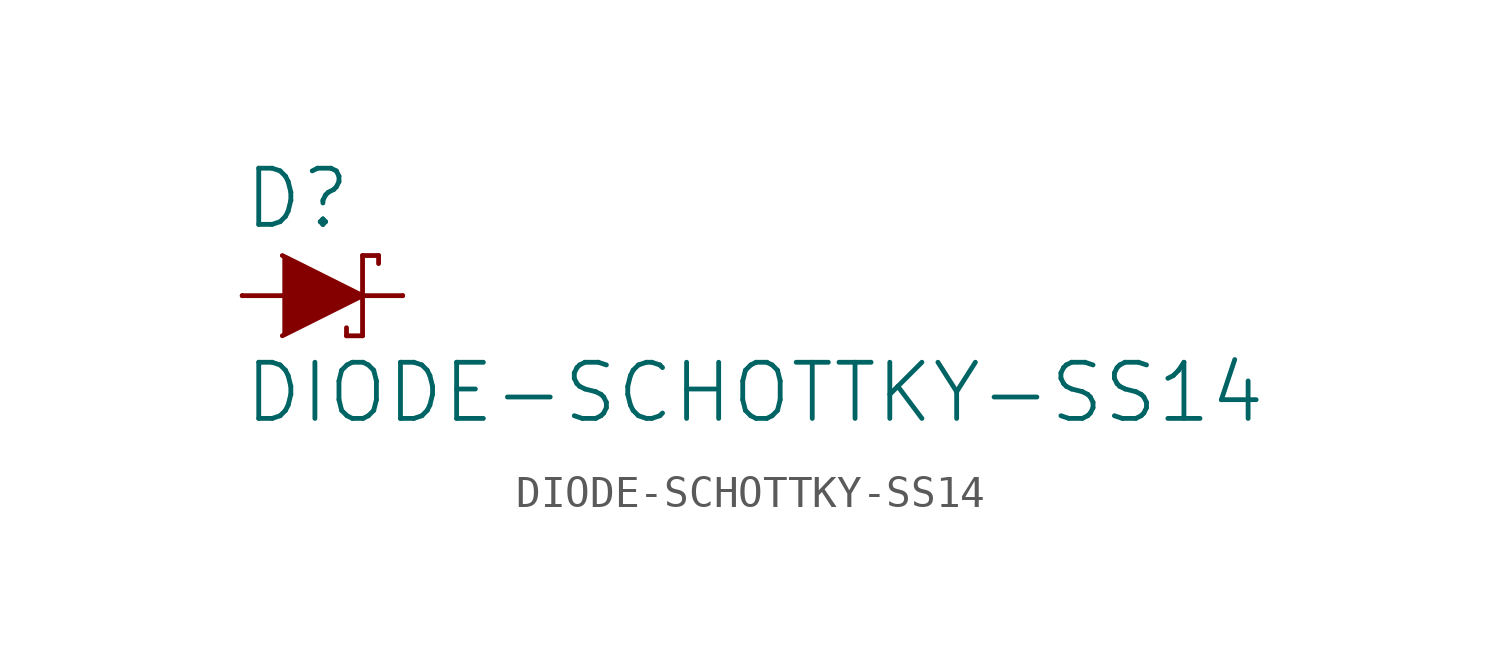
<source format=kicad_sym>
(kicad_symbol_lib
  (version 20211014)
  (generator kicad_symbol_editor)
  (symbol "DIODE-SCHOTTKY-SS14"
    (property "Reference" "D"
      (at -2.54 2.032 0)
      (effects (font (size 1.778 1.778)) (justify left bottom)))
    (property "Value" "DIODE-SCHOTTKY-SS14"
      (at -2.54 -2.032 0)
      (effects (font (size 1.778 1.778)) (justify left top)))
    (property "ki_locked" ""
      (at 0 0 0)
      (effects (font (size 1.27 1.27))))
    (symbol "DIODE-SCHOTTKY-SS14_1_0"
      (polyline (pts (xy -2.54 0) (xy -1.27 0)) (stroke (width 0.152) (type default) (color 0 0 0 0)) (fill (type none)))
      (polyline (pts (xy 0.762 -1.27) (xy 0.762 -1.016)) (stroke (width 0.152) (type default) (color 0 0 0 0)) (fill (type none)))
      (polyline (pts (xy 1.27 -1.27) (xy 0.762 -1.27)) (stroke (width 0.152) (type default) (color 0 0 0 0)) (fill (type none)))
      (polyline (pts (xy 1.27 0) (xy 1.27 -1.27)) (stroke (width 0.152) (type default) (color 0 0 0 0)) (fill (type none)))
      (polyline (pts (xy 1.27 1.27) (xy 1.27 0)) (stroke (width 0.152) (type default) (color 0 0 0 0)) (fill (type none)))
      (polyline (pts (xy 1.27 1.27) (xy 1.778 1.27)) (stroke (width 0.152) (type default) (color 0 0 0 0)) (fill (type none)))
      (polyline (pts (xy 1.778 1.27) (xy 1.778 1.016)) (stroke (width 0.152) (type default) (color 0 0 0 0)) (fill (type none)))
      (polyline (pts (xy 2.54 0) (xy 1.27 0)) (stroke (width 0.152) (type default) (color 0 0 0 0)) (fill (type none)))
      (polyline (pts (xy -1.27 1.27) (xy 1.27 0) (xy -1.27 -1.27)) (stroke (width 0) (type default) (color 0 0 0 0)) (fill (type outline)))
      (pin passive line (at -2.54 0 0) (length 0) (name "A" (effects (font (size 0 0)))) (number "A" (effects (font (size 0 0)))))
      (pin passive line (at 2.54 0 180) (length 0) (name "C" (effects (font (size 0 0)))) (number "C" (effects (font (size 0 0))))))))
</source>
